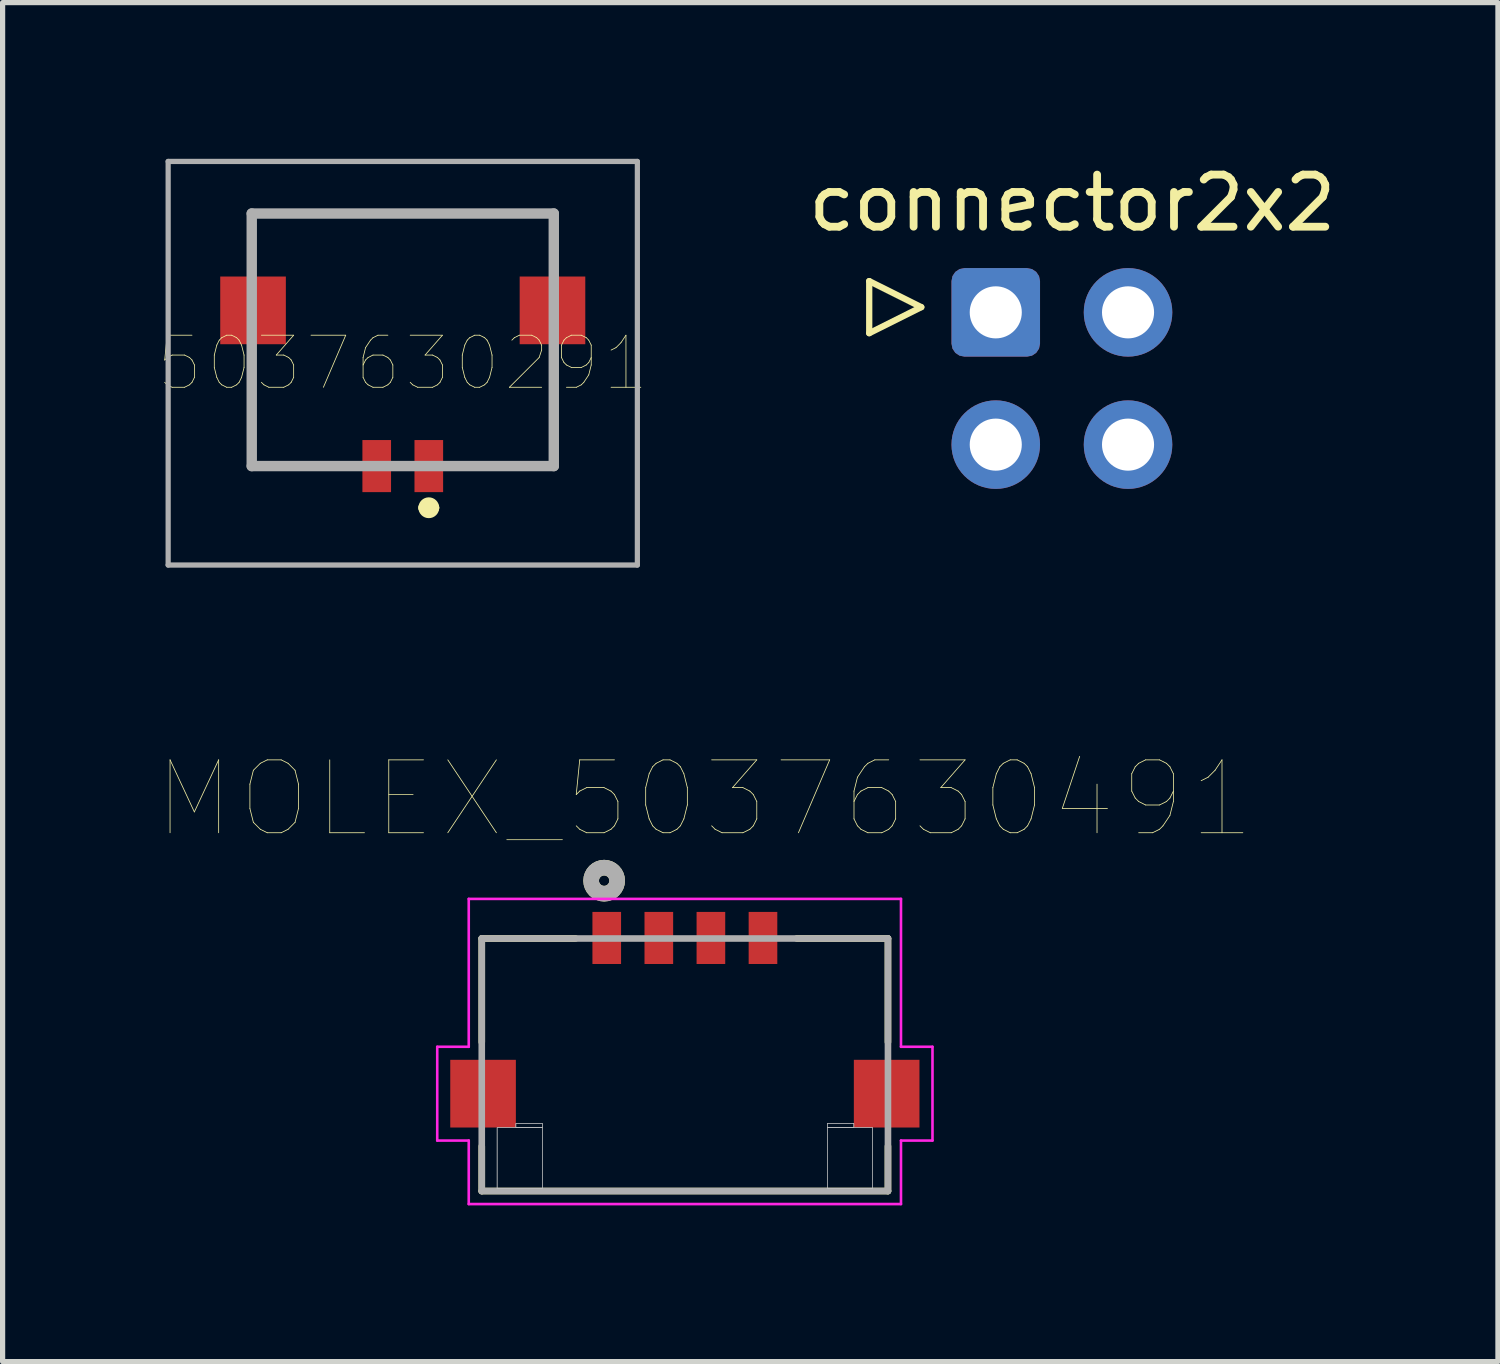
<source format=kicad_pcb>
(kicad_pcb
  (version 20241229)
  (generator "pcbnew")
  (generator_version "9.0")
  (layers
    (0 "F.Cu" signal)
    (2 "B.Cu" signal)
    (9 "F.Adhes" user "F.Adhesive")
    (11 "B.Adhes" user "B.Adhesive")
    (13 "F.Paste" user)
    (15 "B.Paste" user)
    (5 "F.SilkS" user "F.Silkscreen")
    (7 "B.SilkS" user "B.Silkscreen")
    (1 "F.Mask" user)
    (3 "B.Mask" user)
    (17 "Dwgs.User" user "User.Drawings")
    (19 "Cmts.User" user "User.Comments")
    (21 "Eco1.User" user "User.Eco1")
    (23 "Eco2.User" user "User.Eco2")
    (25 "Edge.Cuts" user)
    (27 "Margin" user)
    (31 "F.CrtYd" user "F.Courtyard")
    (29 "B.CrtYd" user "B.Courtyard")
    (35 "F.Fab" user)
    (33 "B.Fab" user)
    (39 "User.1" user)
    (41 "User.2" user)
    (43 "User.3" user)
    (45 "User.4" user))
  (footprint "connector2x2"
    (layer "F.Cu")
    (at 17.441 8.198)
    (property "Reference" "connector2x2" (at 0.1 -7.35 0) (layer "F.SilkS") (effects (font (size 1 1) (thickness 0.15))))
    (attr through_hole)
    (fp_line (start -3.8 -5.85) (end -3.8 -4.85) (stroke (width 0.12) (type solid)) (layer "F.SilkS"))
    (fp_line (start -3.8 -4.85) (end -2.8 -5.35) (stroke (width 0.12) (type solid)) (layer "F.SilkS"))
    (fp_line (start -2.8 -5.35) (end -3.8 -5.85) (stroke (width 0.12) (type solid)) (layer "F.SilkS"))
    (pad "1" thru_hole roundrect (at -1.37 -5.25) (size 1.7 1.7) (drill 1) (layers "*.Cu" "*.Mask") (roundrect_rratio 0.147))
    (pad "2" thru_hole circle (at 1.17 -5.25) (size 1.7 1.7) (drill 1) (layers "*.Cu" "*.Mask"))
    (pad "3" thru_hole circle (at -1.37 -2.71) (size 1.7 1.7) (drill 1) (layers "*.Cu" "*.Mask"))
    (pad "4" thru_hole circle (at 1.17 -2.71) (size 1.7 1.7) (drill 1) (layers "*.Cu" "*.Mask")))
  (footprint "5037630291"
    (layer "F.Cu")
    (at 4.684 3.925)
    (property "Reference" "5037630291" (at 0 0 0) (layer "F.SilkS") (effects (font (size 1 1) (thickness 0.015))))
    (attr through_hole)
    (fp_line (start -2.9 -2.875) (end 2.9 -2.875) (stroke (width 0.1) (type solid)) (layer "F.SilkS"))
    (fp_line (start -2.9 -2.025) (end -2.9 -2.875) (stroke (width 0.1) (type solid)) (layer "F.SilkS"))
    (fp_line (start -2.9 -0.025) (end -2.875 1.975) (stroke (width 0.1) (type solid)) (layer "F.SilkS"))
    (fp_line (start -2.875 1.975) (end -1 1.975) (stroke (width 0.1) (type solid)) (layer "F.SilkS"))
    (fp_line (start 0.4 2.775) (end 0.4 2.775) (stroke (width 0.2) (type solid)) (layer "F.SilkS"))
    (fp_line (start 0.6 2.775) (end 0.6 2.775) (stroke (width 0.2) (type solid)) (layer "F.SilkS"))
    (fp_line (start 2.875 1.975) (end 1 1.975) (stroke (width 0.1) (type solid)) (layer "F.SilkS"))
    (fp_line (start 2.9 -2.875) (end 2.9 -2.025) (stroke (width 0.1) (type solid)) (layer "F.SilkS"))
    (fp_line (start 2.9 -0.025) (end 2.875 1.975) (stroke (width 0.1) (type solid)) (layer "F.SilkS"))
    (fp_arc (start 0.4 2.775) (mid 0.5 2.675) (end 0.6 2.775) (stroke (width 0.2) (type solid)) (layer "F.SilkS"))
    (fp_arc (start 0.6 2.775) (mid 0.5 2.875) (end 0.4 2.775) (stroke (width 0.2) (type solid)) (layer "F.SilkS"))
    (fp_line (start -4.505 -3.875) (end 4.505 -3.875) (stroke (width 0.1) (type solid)) (layer "F.Fab"))
    (fp_line (start -4.505 3.875) (end -4.505 -3.875) (stroke (width 0.1) (type solid)) (layer "F.Fab"))
    (fp_line (start -2.9 -2.875) (end 2.9 -2.875) (stroke (width 0.2) (type solid)) (layer "F.Fab"))
    (fp_line (start -2.9 1.975) (end -2.9 -2.875) (stroke (width 0.2) (type solid)) (layer "F.Fab"))
    (fp_line (start 2.9 -2.875) (end 2.9 1.975) (stroke (width 0.2) (type solid)) (layer "F.Fab"))
    (fp_line (start 2.9 1.975) (end -2.9 1.975) (stroke (width 0.2) (type solid)) (layer "F.Fab"))
    (fp_line (start 4.505 -3.875) (end 4.505 3.875) (stroke (width 0.1) (type solid)) (layer "F.Fab"))
    (fp_line (start 4.505 3.875) (end -4.505 3.875) (stroke (width 0.1) (type solid)) (layer "F.Fab"))
    (pad "1" smd rect (at 0.5 1.975) (size 0.55 1) (layers "F.Cu" "F.Mask" "F.Paste"))
    (pad "2" smd rect (at -0.5 1.975) (size 0.55 1) (layers "F.Cu" "F.Mask" "F.Paste"))
    (pad "3" smd rect (at -2.875 -1.015) (size 1.26 1.3) (layers "F.Cu" "F.Mask" "F.Paste"))
    (pad "4" smd rect (at 2.875 -1.015) (size 1.26 1.3) (layers "F.Cu" "F.Mask" "F.Paste")))
  (footprint "MOLEX_5037630491"
    (layer "F.Cu")
    (at 10.101 14.961)
    (property "Reference" "MOLEX_5037630491" (at 0.381 -2.667 0) (layer "F.SilkS") (effects (font (size 1.4 1.4) (thickness 0.015))))
    (attr through_hole)
    (fp_line (start -3.9 0.01) (end -3.9 2) (stroke (width 0.127) (type solid)) (layer "F.SilkS"))
    (fp_line (start -3.9 4.86) (end -3.9 4) (stroke (width 0.127) (type solid)) (layer "F.SilkS"))
    (fp_line (start -2.1 0.01) (end -3.9 0.01) (stroke (width 0.127) (type solid)) (layer "F.SilkS"))
    (fp_line (start 3.9 0.01) (end 2.15 0.01) (stroke (width 0.127) (type solid)) (layer "F.SilkS"))
    (fp_line (start 3.9 2) (end 3.9 0.01) (stroke (width 0.127) (type solid)) (layer "F.SilkS"))
    (fp_line (start 3.9 4) (end 3.9 4.86) (stroke (width 0.127) (type solid)) (layer "F.SilkS"))
    (fp_line (start 3.9 4.86) (end -3.9 4.86) (stroke (width 0.127) (type solid)) (layer "F.SilkS"))
    (fp_circle (center -1.55 -1.1) (end -1.45 -1.1) (stroke (width 0.3) (type solid)) (fill no) (layer "F.SilkS"))
    (fp_poly (pts (xy -3.605 3.64) (xy -2.735 3.64) (xy -2.735 4.81) (xy -3.605 4.81)) (stroke (width 0.01) (type solid)) (fill no) (layer "Dwgs.User"))
    (fp_poly (pts (xy -3.605 3.64) (xy -2.735 3.64) (xy -2.735 4.81) (xy -3.605 4.81)) (stroke (width 0.01) (type solid)) (fill no) (layer "Dwgs.User"))
    (fp_poly (pts (xy -3.245 3.56) (xy -2.735 3.56) (xy -2.735 3.64) (xy -3.245 3.64)) (stroke (width 0.01) (type solid)) (fill no) (layer "Dwgs.User"))
    (fp_poly (pts (xy -3.245 3.56) (xy -2.735 3.56) (xy -2.735 3.64) (xy -3.245 3.64)) (stroke (width 0.01) (type solid)) (fill no) (layer "Dwgs.User"))
    (fp_poly (pts (xy 2.735 3.56) (xy 3.245 3.56) (xy 3.245 3.64) (xy 2.735 3.64)) (stroke (width 0.01) (type solid)) (fill no) (layer "Dwgs.User"))
    (fp_poly (pts (xy 2.735 3.56) (xy 3.245 3.56) (xy 3.245 3.64) (xy 2.735 3.64)) (stroke (width 0.01) (type solid)) (fill no) (layer "Dwgs.User"))
    (fp_poly (pts (xy 2.735 3.64) (xy 3.605 3.64) (xy 3.605 4.81) (xy 2.735 4.81)) (stroke (width 0.01) (type solid)) (fill no) (layer "Dwgs.User"))
    (fp_poly (pts (xy 2.735 3.64) (xy 3.605 3.64) (xy 3.605 4.81) (xy 2.735 4.81)) (stroke (width 0.01) (type solid)) (fill no) (layer "Dwgs.User"))
    (fp_line (start -4.755 2.09) (end -4.15 2.09) (stroke (width 0.05) (type solid)) (layer "F.CrtYd"))
    (fp_line (start -4.755 3.89) (end -4.755 2.09) (stroke (width 0.05) (type solid)) (layer "F.CrtYd"))
    (fp_line (start -4.15 -0.75) (end 4.15 -0.75) (stroke (width 0.05) (type solid)) (layer "F.CrtYd"))
    (fp_line (start -4.15 2.09) (end -4.15 -0.75) (stroke (width 0.05) (type solid)) (layer "F.CrtYd"))
    (fp_line (start -4.15 3.89) (end -4.755 3.89) (stroke (width 0.05) (type solid)) (layer "F.CrtYd"))
    (fp_line (start -4.15 5.11) (end -4.15 3.89) (stroke (width 0.05) (type solid)) (layer "F.CrtYd"))
    (fp_line (start 4.15 -0.75) (end 4.15 2.09) (stroke (width 0.05) (type solid)) (layer "F.CrtYd"))
    (fp_line (start 4.15 2.09) (end 4.755 2.09) (stroke (width 0.05) (type solid)) (layer "F.CrtYd"))
    (fp_line (start 4.15 3.89) (end 4.15 5.11) (stroke (width 0.05) (type solid)) (layer "F.CrtYd"))
    (fp_line (start 4.15 5.11) (end -4.15 5.11) (stroke (width 0.05) (type solid)) (layer "F.CrtYd"))
    (fp_line (start 4.755 2.09) (end 4.755 3.89) (stroke (width 0.05) (type solid)) (layer "F.CrtYd"))
    (fp_line (start 4.755 3.89) (end 4.15 3.89) (stroke (width 0.05) (type solid)) (layer "F.CrtYd"))
    (fp_line (start -3.9 0.01) (end 3.9 0.01) (stroke (width 0.127) (type solid)) (layer "F.Fab"))
    (fp_line (start -3.9 4.86) (end -3.9 0.01) (stroke (width 0.127) (type solid)) (layer "F.Fab"))
    (fp_line (start 3.9 0.01) (end 3.9 4.86) (stroke (width 0.127) (type solid)) (layer "F.Fab"))
    (fp_line (start 3.9 4.86) (end -3.9 4.86) (stroke (width 0.127) (type solid)) (layer "F.Fab"))
    (fp_circle (center -1.55 -1.1) (end -1.45 -1.1) (stroke (width 0.3) (type solid)) (fill no) (layer "F.Fab"))
    (pad "1" smd rect (at -1.5 0) (size 0.55 1) (layers "F.Cu" "F.Mask" "F.Paste"))
    (pad "2" smd rect (at -0.5 0) (size 0.55 1) (layers "F.Cu" "F.Mask" "F.Paste"))
    (pad "3" smd rect (at 0.5 0) (size 0.55 1) (layers "F.Cu" "F.Mask" "F.Paste"))
    (pad "4" smd rect (at 1.5 0) (size 0.55 1) (layers "F.Cu" "F.Mask" "F.Paste"))
    (pad "S1" smd rect (at 3.875 2.99) (size 1.26 1.3) (layers "F.Cu" "F.Mask" "F.Paste"))
    (pad "S2" smd rect (at -3.875 2.99) (size 1.26 1.3) (layers "F.Cu" "F.Mask" "F.Paste")))
  (gr_rect
    (start -3 -3)
    (end 25.714 23.096)
    (stroke (width 0.1) (type default))
    (fill no)
    (layer "Edge.Cuts")))
</source>
